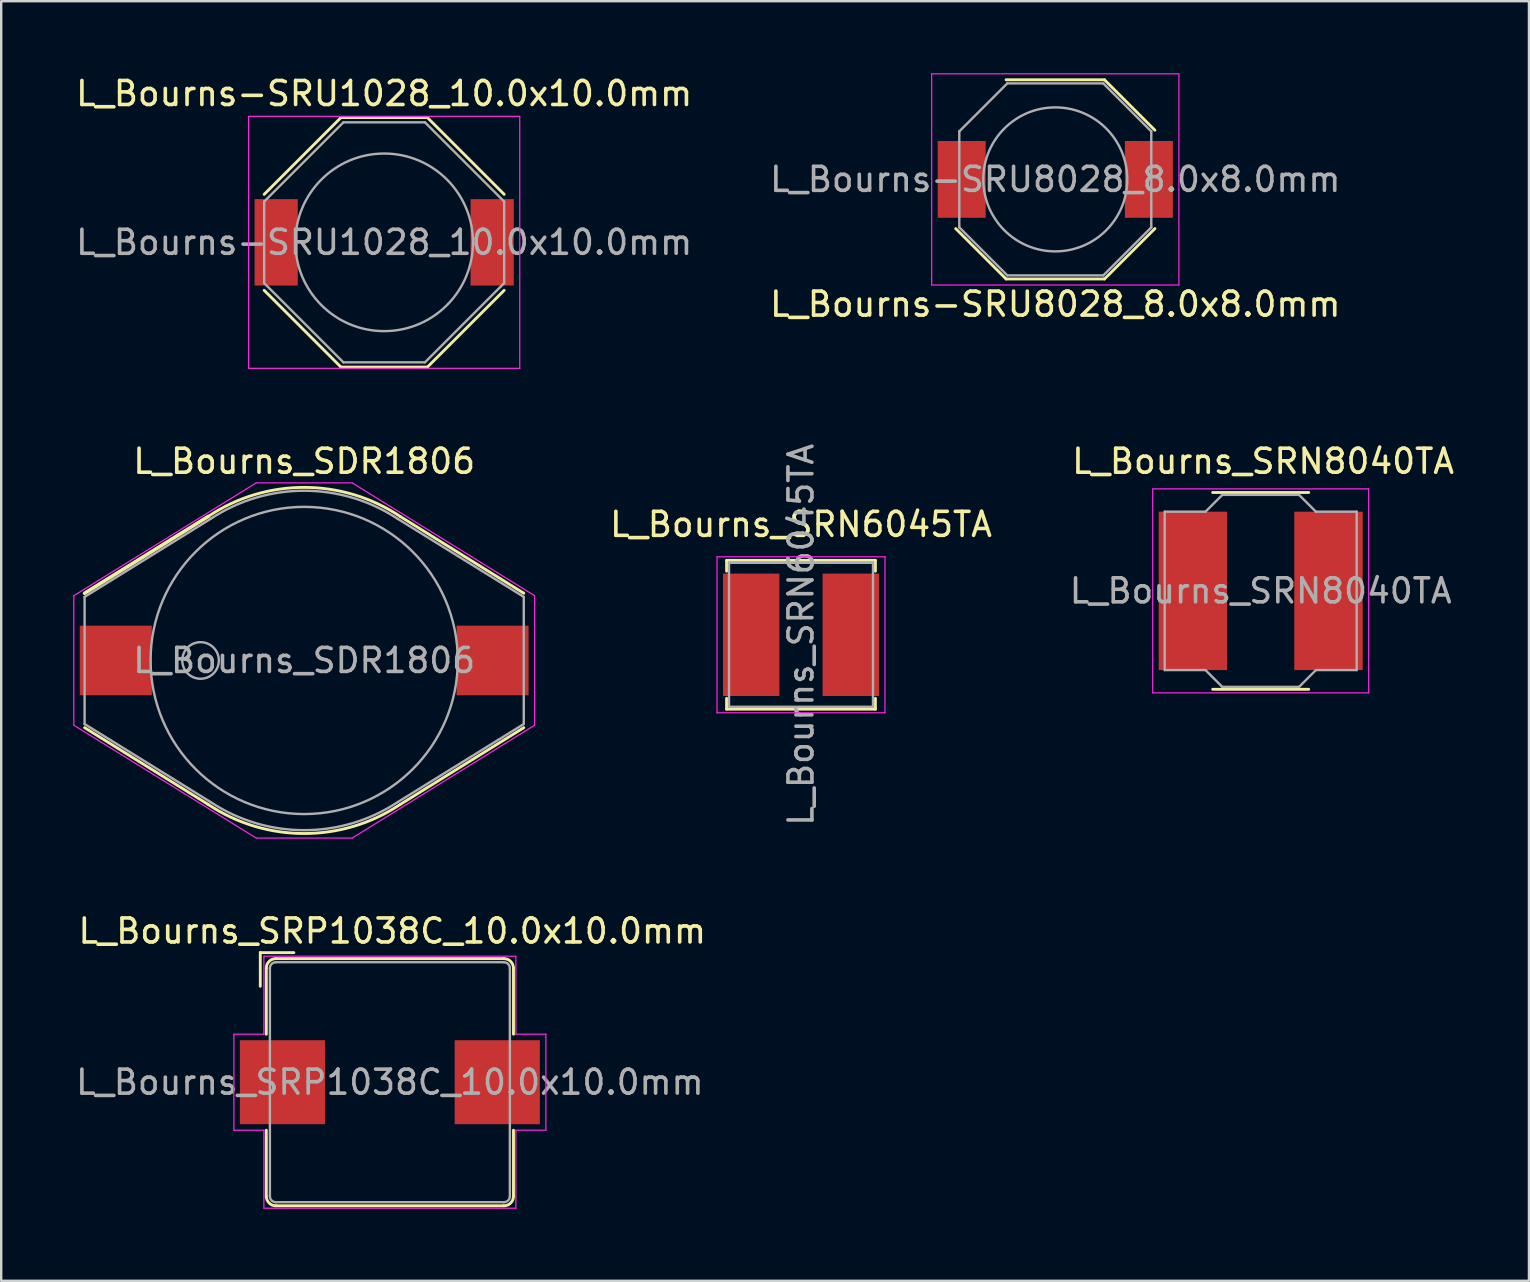
<source format=kicad_pcb>
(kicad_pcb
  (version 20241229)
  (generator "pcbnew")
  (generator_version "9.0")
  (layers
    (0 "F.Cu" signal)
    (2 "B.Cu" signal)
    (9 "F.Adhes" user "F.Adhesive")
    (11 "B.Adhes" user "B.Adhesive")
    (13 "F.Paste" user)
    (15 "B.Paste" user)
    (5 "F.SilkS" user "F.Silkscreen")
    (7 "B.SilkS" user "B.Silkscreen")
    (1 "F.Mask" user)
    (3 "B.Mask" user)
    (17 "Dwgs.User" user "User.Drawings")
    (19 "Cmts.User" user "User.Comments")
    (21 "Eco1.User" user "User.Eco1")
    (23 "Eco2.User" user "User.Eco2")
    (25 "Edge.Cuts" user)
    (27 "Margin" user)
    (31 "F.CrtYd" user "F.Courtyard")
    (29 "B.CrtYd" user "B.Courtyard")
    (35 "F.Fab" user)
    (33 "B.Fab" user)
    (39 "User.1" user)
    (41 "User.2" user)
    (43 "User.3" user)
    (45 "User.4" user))
  (footprint "L_Bourns_SDR1806"
    (layer "F.Cu")
    (at 9.625 24.471)
    (property "Reference" "L_Bourns_SDR1806" (at 0 -8.3 0) (layer "F.SilkS") (effects (font (size 1 1) (thickness 0.15))))
    (attr smd)
    (fp_line (start -9.15 -2.8) (end -4 -6) (stroke (width 0.15) (type solid)) (layer "F.SilkS"))
    (fp_line (start -4 6) (end -9.15 2.8) (stroke (width 0.12) (type solid)) (layer "F.SilkS"))
    (fp_line (start 4 -6) (end 9.15 -2.8) (stroke (width 0.12) (type solid)) (layer "F.SilkS"))
    (fp_line (start 9.15 2.8) (end 4 6) (stroke (width 0.12) (type solid)) (layer "F.SilkS"))
    (fp_arc (start -3.991604 -6.005589) (mid 0.005043 -7.211101) (end 4 -6) (stroke (width 0.12) (type solid)) (layer "F.SilkS"))
    (fp_arc (start 3.991604 6.005589) (mid -0.005043 7.211101) (end -4 6) (stroke (width 0.12) (type solid)) (layer "F.SilkS"))
    (fp_line (start -9.6 2.7) (end -9.6 -2.7) (stroke (width 0.05) (type solid)) (layer "F.CrtYd"))
    (fp_line (start -9.6 2.7) (end -2 7.4) (stroke (width 0.05) (type solid)) (layer "F.CrtYd"))
    (fp_line (start -2 -7.4) (end -9.6 -2.7) (stroke (width 0.05) (type solid)) (layer "F.CrtYd"))
    (fp_line (start -2 -7.4) (end 2 -7.4) (stroke (width 0.05) (type solid)) (layer "F.CrtYd"))
    (fp_line (start 2 7.4) (end -2 7.4) (stroke (width 0.05) (type solid)) (layer "F.CrtYd"))
    (fp_line (start 2 7.4) (end 9.6 2.7) (stroke (width 0.05) (type solid)) (layer "F.CrtYd"))
    (fp_line (start 9.6 -2.7) (end 2 -7.4) (stroke (width 0.05) (type solid)) (layer "F.CrtYd"))
    (fp_line (start 9.6 -2.7) (end 9.6 2.7) (stroke (width 0.05) (type solid)) (layer "F.CrtYd"))
    (fp_line (start -9.15 -2.65) (end -9.15 2.65) (stroke (width 0.1) (type solid)) (layer "F.Fab"))
    (fp_line (start -9.15 -2.65) (end -3.9 -5.9) (stroke (width 0.1) (type solid)) (layer "F.Fab"))
    (fp_line (start -3.9 5.9) (end -9.15 2.65) (stroke (width 0.1) (type solid)) (layer "F.Fab"))
    (fp_line (start 3.9 -5.9) (end 9.15 -2.65) (stroke (width 0.1) (type solid)) (layer "F.Fab"))
    (fp_line (start 9.15 2.65) (end 3.9 5.9) (stroke (width 0.1) (type solid)) (layer "F.Fab"))
    (fp_line (start 9.15 2.65) (end 9.15 -2.65) (stroke (width 0.1) (type solid)) (layer "F.Fab"))
    (fp_arc (start -3.896832 -5.902093) (mid 0.001898 -7.072482) (end 3.9 -5.9) (stroke (width 0.1) (type solid)) (layer "F.Fab"))
    (fp_arc (start 3.896832 5.902093) (mid -0.001898 7.072482) (end -3.9 5.9) (stroke (width 0.1) (type solid)) (layer "F.Fab"))
    (fp_circle (center -4.318 0) (end -4.318 -0.762) (stroke (width 0.1) (type solid)) (fill no) (layer "F.Fab"))
    (fp_circle (center 0 0) (end 0 -6.4) (stroke (width 0.1) (type solid)) (fill no) (layer "F.Fab"))
    (fp_text user "${REFERENCE}" (at 0 0 0) (layer "F.Fab") (effects (font (size 1 1) (thickness 0.15))))
    (pad "1" smd rect (at -7.85 0) (size 3 2.9) (layers "F.Cu" "F.Mask" "F.Paste"))
    (pad "2" smd rect (at 7.85 0 180) (size 3 2.9) (layers "F.Cu" "F.Mask" "F.Paste")))
  (footprint "L_Bourns-SRU1028_10.0x10.0mm"
    (layer "F.Cu")
    (at 12.958 7.048)
    (property "Reference" "L_Bourns-SRU1028_10.0x10.0mm" (at 0 -6.2 0) (layer "F.SilkS") (effects (font (size 1 1) (thickness 0.15))))
    (attr smd)
    (fp_line (start -1.8 -5.2) (end -5 -2) (stroke (width 0.12) (type solid)) (layer "F.SilkS"))
    (fp_line (start -1.8 -5.2) (end 1.8 -5.2) (stroke (width 0.12) (type solid)) (layer "F.SilkS"))
    (fp_line (start -1.8 5.2) (end -5 2) (stroke (width 0.12) (type solid)) (layer "F.SilkS"))
    (fp_line (start 1.8 -5.2) (end 5 -2) (stroke (width 0.12) (type solid)) (layer "F.SilkS"))
    (fp_line (start 1.8 5.2) (end -1.8 5.2) (stroke (width 0.12) (type solid)) (layer "F.SilkS"))
    (fp_line (start 1.8 5.2) (end 5 2) (stroke (width 0.12) (type solid)) (layer "F.SilkS"))
    (fp_line (start -5.65 -5.25) (end 5.65 -5.25) (stroke (width 0.05) (type solid)) (layer "F.CrtYd"))
    (fp_line (start -5.65 5.25) (end -5.65 -5.25) (stroke (width 0.05) (type solid)) (layer "F.CrtYd"))
    (fp_line (start 5.65 -5.25) (end 5.65 5.25) (stroke (width 0.05) (type solid)) (layer "F.CrtYd"))
    (fp_line (start 5.65 5.25) (end -5.65 5.25) (stroke (width 0.05) (type solid)) (layer "F.CrtYd"))
    (fp_line (start -5 -1.7) (end -1.7 -5) (stroke (width 0.1) (type solid)) (layer "F.Fab"))
    (fp_line (start -5 1.7) (end -5 -1.7) (stroke (width 0.1) (type solid)) (layer "F.Fab"))
    (fp_line (start -1.7 -5) (end 1.7 -5) (stroke (width 0.1) (type solid)) (layer "F.Fab"))
    (fp_line (start -1.7 5) (end -5 1.7) (stroke (width 0.1) (type solid)) (layer "F.Fab"))
    (fp_line (start 1.7 -5) (end 5 -1.7) (stroke (width 0.1) (type solid)) (layer "F.Fab"))
    (fp_line (start 1.7 5) (end -1.7 5) (stroke (width 0.1) (type solid)) (layer "F.Fab"))
    (fp_line (start 5 -1.7) (end 5 1.7) (stroke (width 0.1) (type solid)) (layer "F.Fab"))
    (fp_line (start 5 1.7) (end 1.7 5) (stroke (width 0.1) (type solid)) (layer "F.Fab"))
    (fp_circle (center 0 0) (end 3.7 0) (stroke (width 0.1) (type solid)) (fill no) (layer "F.Fab"))
    (fp_text user "${REFERENCE}" (at 0 0 0) (layer "F.Fab") (effects (font (size 1 1) (thickness 0.15))))
    (pad "1" smd rect (at -4.5 0) (size 1.8 3.6) (layers "F.Cu" "F.Mask" "F.Paste"))
    (pad "2" smd rect (at 4.5 0) (size 1.8 3.6) (layers "F.Cu" "F.Mask" "F.Paste")))
  (footprint "L_Bourns-SRU8028_8.0x8.0mm"
    (layer "F.Cu")
    (at 40.923 4.425)
    (property "Reference" "L_Bourns-SRU8028_8.0x8.0mm" (at 0 5.2 0) (layer "F.SilkS") (effects (font (size 1 1) (thickness 0.15))))
    (attr smd)
    (fp_line (start -2.05 -4.15) (end 2.05 -4.15) (stroke (width 0.12) (type solid)) (layer "F.SilkS"))
    (fp_line (start -2.05 4.15) (end -4.15 2.05) (stroke (width 0.12) (type solid)) (layer "F.SilkS"))
    (fp_line (start 2.05 -4.15) (end 4.15 -2.05) (stroke (width 0.12) (type solid)) (layer "F.SilkS"))
    (fp_line (start 2.05 4.15) (end -2.05 4.15) (stroke (width 0.12) (type solid)) (layer "F.SilkS"))
    (fp_line (start 2.05 4.15) (end 4.15 2.05) (stroke (width 0.12) (type solid)) (layer "F.SilkS"))
    (fp_line (start -5.15 -4.4) (end 5.15 -4.4) (stroke (width 0.05) (type solid)) (layer "F.CrtYd"))
    (fp_line (start -5.15 4.4) (end -5.15 -4.4) (stroke (width 0.05) (type solid)) (layer "F.CrtYd"))
    (fp_line (start 5.15 -4.4) (end 5.15 4.4) (stroke (width 0.05) (type solid)) (layer "F.CrtYd"))
    (fp_line (start 5.15 4.4) (end -5.15 4.4) (stroke (width 0.05) (type solid)) (layer "F.CrtYd"))
    (fp_line (start -4 -2) (end -2 -4) (stroke (width 0.1) (type solid)) (layer "F.Fab"))
    (fp_line (start -4 2) (end -4 -2) (stroke (width 0.1) (type solid)) (layer "F.Fab"))
    (fp_line (start -2 -4) (end 2 -4) (stroke (width 0.1) (type solid)) (layer "F.Fab"))
    (fp_line (start -2 4) (end -4 2) (stroke (width 0.1) (type solid)) (layer "F.Fab"))
    (fp_line (start 2 -4) (end 4 -2) (stroke (width 0.1) (type solid)) (layer "F.Fab"))
    (fp_line (start 2 4) (end -2 4) (stroke (width 0.1) (type solid)) (layer "F.Fab"))
    (fp_line (start 4 -2) (end 4 2) (stroke (width 0.1) (type solid)) (layer "F.Fab"))
    (fp_line (start 4 2) (end 2 4) (stroke (width 0.1) (type solid)) (layer "F.Fab"))
    (fp_circle (center 0 0) (end 0 -3) (stroke (width 0.1) (type solid)) (fill no) (layer "F.Fab"))
    (fp_text user "${REFERENCE}" (at 0 0 0) (layer "F.Fab") (effects (font (size 1 1) (thickness 0.15))))
    (pad "1" smd rect (at -3.9 0) (size 2 3.2) (layers "F.Cu" "F.Mask" "F.Paste"))
    (pad "2" smd rect (at 3.9 0) (size 2 3.2) (layers "F.Cu" "F.Mask" "F.Paste")))
  (footprint "L_Bourns_SRN8040TA"
    (layer "F.Cu")
    (at 49.482 21.572)
    (property "Reference" "L_Bourns_SRN8040TA" (at 0.1 -5.4 180) (layer "F.SilkS") (effects (font (size 1 1) (thickness 0.15))))
    (attr smd)
    (fp_line (start 2 -4.1) (end -2 -4.1) (stroke (width 0.12) (type solid)) (layer "F.SilkS"))
    (fp_line (start 2 4.1) (end -2 4.1) (stroke (width 0.12) (type solid)) (layer "F.SilkS"))
    (fp_line (start -4.5 -4.25) (end -4.5 4.25) (stroke (width 0.05) (type solid)) (layer "F.CrtYd"))
    (fp_line (start -4.5 4.25) (end 4.5 4.25) (stroke (width 0.05) (type solid)) (layer "F.CrtYd"))
    (fp_line (start 4.5 -4.25) (end -4.5 -4.25) (stroke (width 0.05) (type solid)) (layer "F.CrtYd"))
    (fp_line (start 4.5 4.25) (end 4.5 -4.25) (stroke (width 0.05) (type solid)) (layer "F.CrtYd"))
    (fp_line (start -4 3.3) (end -4 -3.3) (stroke (width 0.1) (type solid)) (layer "F.Fab"))
    (fp_line (start -2.3 -3.3) (end -4 -3.3) (stroke (width 0.1) (type solid)) (layer "F.Fab"))
    (fp_line (start -2.3 3.3) (end -4 3.3) (stroke (width 0.1) (type solid)) (layer "F.Fab"))
    (fp_line (start -1.6 -4) (end -2.3 -3.3) (stroke (width 0.1) (type solid)) (layer "F.Fab"))
    (fp_line (start -1.6 4) (end -2.3 3.3) (stroke (width 0.1) (type solid)) (layer "F.Fab"))
    (fp_line (start 1.6 -4) (end -1.6 -4) (stroke (width 0.1) (type solid)) (layer "F.Fab"))
    (fp_line (start 1.6 -4) (end 2.3 -3.3) (stroke (width 0.1) (type solid)) (layer "F.Fab"))
    (fp_line (start 1.6 4) (end -1.6 4) (stroke (width 0.1) (type solid)) (layer "F.Fab"))
    (fp_line (start 1.6 4) (end 2.3 3.3) (stroke (width 0.1) (type solid)) (layer "F.Fab"))
    (fp_line (start 2.3 -3.3) (end 4 -3.3) (stroke (width 0.1) (type solid)) (layer "F.Fab"))
    (fp_line (start 2.3 3.3) (end 4 3.3) (stroke (width 0.1) (type solid)) (layer "F.Fab"))
    (fp_line (start 4 -3.3) (end 4 3.3) (stroke (width 0.1) (type solid)) (layer "F.Fab"))
    (fp_text user "${REFERENCE}" (at 0 0 0) (layer "F.Fab") (effects (font (size 1 1) (thickness 0.15))))
    (pad "1" smd rect (at -2.825 0 270) (size 6.6 2.85) (layers "F.Cu" "F.Mask" "F.Paste"))
    (pad "2" smd rect (at 2.825 0 270) (size 6.6 2.85) (layers "F.Cu" "F.Mask" "F.Paste")))
  (footprint "L_Bourns_SRP1038C_10.0x10.0mm"
    (layer "F.Cu")
    (at 13.196 42.045)
    (property "Reference" "L_Bourns_SRP1038C_10.0x10.0mm" (at 0.1 -6.3 0) (layer "F.SilkS") (effects (font (size 1 1) (thickness 0.15))))
    (attr smd)
    (fp_line (start -5.4 -5.4) (end -5.4 -4) (stroke (width 0.12) (type solid)) (layer "F.SilkS"))
    (fp_line (start -5.4 -5.4) (end -4 -5.4) (stroke (width 0.12) (type solid)) (layer "F.SilkS"))
    (fp_line (start -5.15 -4.75) (end -5.15 -2) (stroke (width 0.12) (type solid)) (layer "F.SilkS"))
    (fp_line (start -5.15 2) (end -5.15 4.75) (stroke (width 0.12) (type solid)) (layer "F.SilkS"))
    (fp_line (start -4.75 -5.15) (end 4.75 -5.15) (stroke (width 0.12) (type solid)) (layer "F.SilkS"))
    (fp_line (start 4.75 5.15) (end -4.75 5.15) (stroke (width 0.12) (type solid)) (layer "F.SilkS"))
    (fp_line (start 5.15 -4.75) (end 5.15 -2) (stroke (width 0.12) (type solid)) (layer "F.SilkS"))
    (fp_line (start 5.15 2) (end 5.15 4.75) (stroke (width 0.12) (type solid)) (layer "F.SilkS"))
    (fp_arc (start -5.15 -4.75) (mid -5.032843 -5.032843) (end -4.75 -5.15) (stroke (width 0.12) (type solid)) (layer "F.SilkS"))
    (fp_arc (start -4.75 5.15) (mid -5.032843 5.032843) (end -5.15 4.75) (stroke (width 0.12) (type solid)) (layer "F.SilkS"))
    (fp_arc (start 4.75 -5.15) (mid 5.032843 -5.032843) (end 5.15 -4.75) (stroke (width 0.12) (type solid)) (layer "F.SilkS"))
    (fp_arc (start 5.15 4.75) (mid 5.032843 5.032843) (end 4.75 5.15) (stroke (width 0.12) (type solid)) (layer "F.SilkS"))
    (fp_line (start -6.5 -2) (end -6.5 2) (stroke (width 0.05) (type solid)) (layer "F.CrtYd"))
    (fp_line (start -6.5 -2) (end -5.25 -2) (stroke (width 0.05) (type solid)) (layer "F.CrtYd"))
    (fp_line (start -5.25 -5.25) (end -5.25 -2) (stroke (width 0.05) (type solid)) (layer "F.CrtYd"))
    (fp_line (start -5.25 -5.25) (end 5.25 -5.25) (stroke (width 0.05) (type solid)) (layer "F.CrtYd"))
    (fp_line (start -5.25 2) (end -6.5 2) (stroke (width 0.05) (type solid)) (layer "F.CrtYd"))
    (fp_line (start -5.25 5.25) (end -5.25 2) (stroke (width 0.05) (type solid)) (layer "F.CrtYd"))
    (fp_line (start 5.25 -5.25) (end 5.25 -2) (stroke (width 0.05) (type solid)) (layer "F.CrtYd"))
    (fp_line (start 5.25 2) (end 5.25 5.25) (stroke (width 0.05) (type solid)) (layer "F.CrtYd"))
    (fp_line (start 5.25 5.25) (end -5.25 5.25) (stroke (width 0.05) (type solid)) (layer "F.CrtYd"))
    (fp_line (start 6.5 -2) (end 5.25 -2) (stroke (width 0.05) (type solid)) (layer "F.CrtYd"))
    (fp_line (start 6.5 -2) (end 6.5 2) (stroke (width 0.05) (type solid)) (layer "F.CrtYd"))
    (fp_line (start 6.5 2) (end 5.25 2) (stroke (width 0.05) (type solid)) (layer "F.CrtYd"))
    (fp_line (start -5 -4.75) (end -5 4.75) (stroke (width 0.1) (type solid)) (layer "F.Fab"))
    (fp_line (start -4.75 -5) (end 4.75 -5) (stroke (width 0.1) (type solid)) (layer "F.Fab"))
    (fp_line (start 4.75 5) (end -4.75 5) (stroke (width 0.1) (type solid)) (layer "F.Fab"))
    (fp_line (start 5 -4.75) (end 5 4.75) (stroke (width 0.1) (type solid)) (layer "F.Fab"))
    (fp_arc (start -5 -4.75) (mid -4.926777 -4.926777) (end -4.75 -5) (stroke (width 0.1) (type solid)) (layer "F.Fab"))
    (fp_arc (start -4.75 5) (mid -4.926777 4.926777) (end -5 4.75) (stroke (width 0.1) (type solid)) (layer "F.Fab"))
    (fp_arc (start 4.75 -5) (mid 4.926777 -4.926777) (end 5 -4.75) (stroke (width 0.1) (type solid)) (layer "F.Fab"))
    (fp_arc (start 5 4.75) (mid 4.926777 4.926777) (end 4.75 5) (stroke (width 0.1) (type solid)) (layer "F.Fab"))
    (fp_text user "${REFERENCE}" (at 0 0 0) (layer "F.Fab") (effects (font (size 1 1) (thickness 0.15))))
    (pad "1" smd rect (at -4.475 0) (size 3.55 3.5) (layers "F.Cu" "F.Mask" "F.Paste"))
    (pad "2" smd rect (at 4.475 0) (size 3.55 3.5) (layers "F.Cu" "F.Mask" "F.Paste")))
  (footprint "L_Bourns_SRN6045TA"
    (layer "F.Cu")
    (at 30.327 23.401)
    (property "Reference" "L_Bourns_SRN6045TA" (at 0 -4.6 0) (layer "F.SilkS") (effects (font (size 1 1) (thickness 0.15))))
    (attr smd)
    (fp_line (start -3.1 -3.1) (end -3.1 -2.65) (stroke (width 0.12) (type solid)) (layer "F.SilkS"))
    (fp_line (start -3.1 -3.1) (end 3.1 -3.1) (stroke (width 0.12) (type solid)) (layer "F.SilkS"))
    (fp_line (start -3.1 3.1) (end -3.1 2.65) (stroke (width 0.12) (type solid)) (layer "F.SilkS"))
    (fp_line (start 3.1 -3.1) (end 3.1 -2.65) (stroke (width 0.12) (type solid)) (layer "F.SilkS"))
    (fp_line (start 3.1 3.1) (end -3.1 3.1) (stroke (width 0.12) (type solid)) (layer "F.SilkS"))
    (fp_line (start 3.1 3.1) (end 3.1 2.65) (stroke (width 0.12) (type solid)) (layer "F.SilkS"))
    (fp_line (start -3.5 -3.25) (end -3.5 3.25) (stroke (width 0.05) (type solid)) (layer "F.CrtYd"))
    (fp_line (start -3.5 3.25) (end 3.5 3.25) (stroke (width 0.05) (type solid)) (layer "F.CrtYd"))
    (fp_line (start 3.5 -3.25) (end -3.5 -3.25) (stroke (width 0.05) (type solid)) (layer "F.CrtYd"))
    (fp_line (start 3.5 3.25) (end 3.5 -3.25) (stroke (width 0.05) (type solid)) (layer "F.CrtYd"))
    (fp_line (start -3 -3) (end -3 3) (stroke (width 0.1) (type solid)) (layer "F.Fab"))
    (fp_line (start -3 -3) (end 3 -3) (stroke (width 0.1) (type solid)) (layer "F.Fab"))
    (fp_line (start -3 3) (end 3 3) (stroke (width 0.1) (type solid)) (layer "F.Fab"))
    (fp_line (start 3 3) (end 3 -3) (stroke (width 0.1) (type solid)) (layer "F.Fab"))
    (fp_text user "${REFERENCE}" (at 0 0 90) (layer "F.Fab") (effects (font (size 1 1) (thickness 0.15))))
    (pad "1" smd rect (at -2.075 0) (size 2.35 5.1) (layers "F.Cu" "F.Mask" "F.Paste"))
    (pad "2" smd rect (at 2.075 0) (size 2.35 5.1) (layers "F.Cu" "F.Mask" "F.Paste")))
  (gr_rect
    (start -3 -3)
    (end 60.66 50.32)
    (stroke (width 0.1) (type default))
    (fill no)
    (layer "Edge.Cuts")))
</source>
